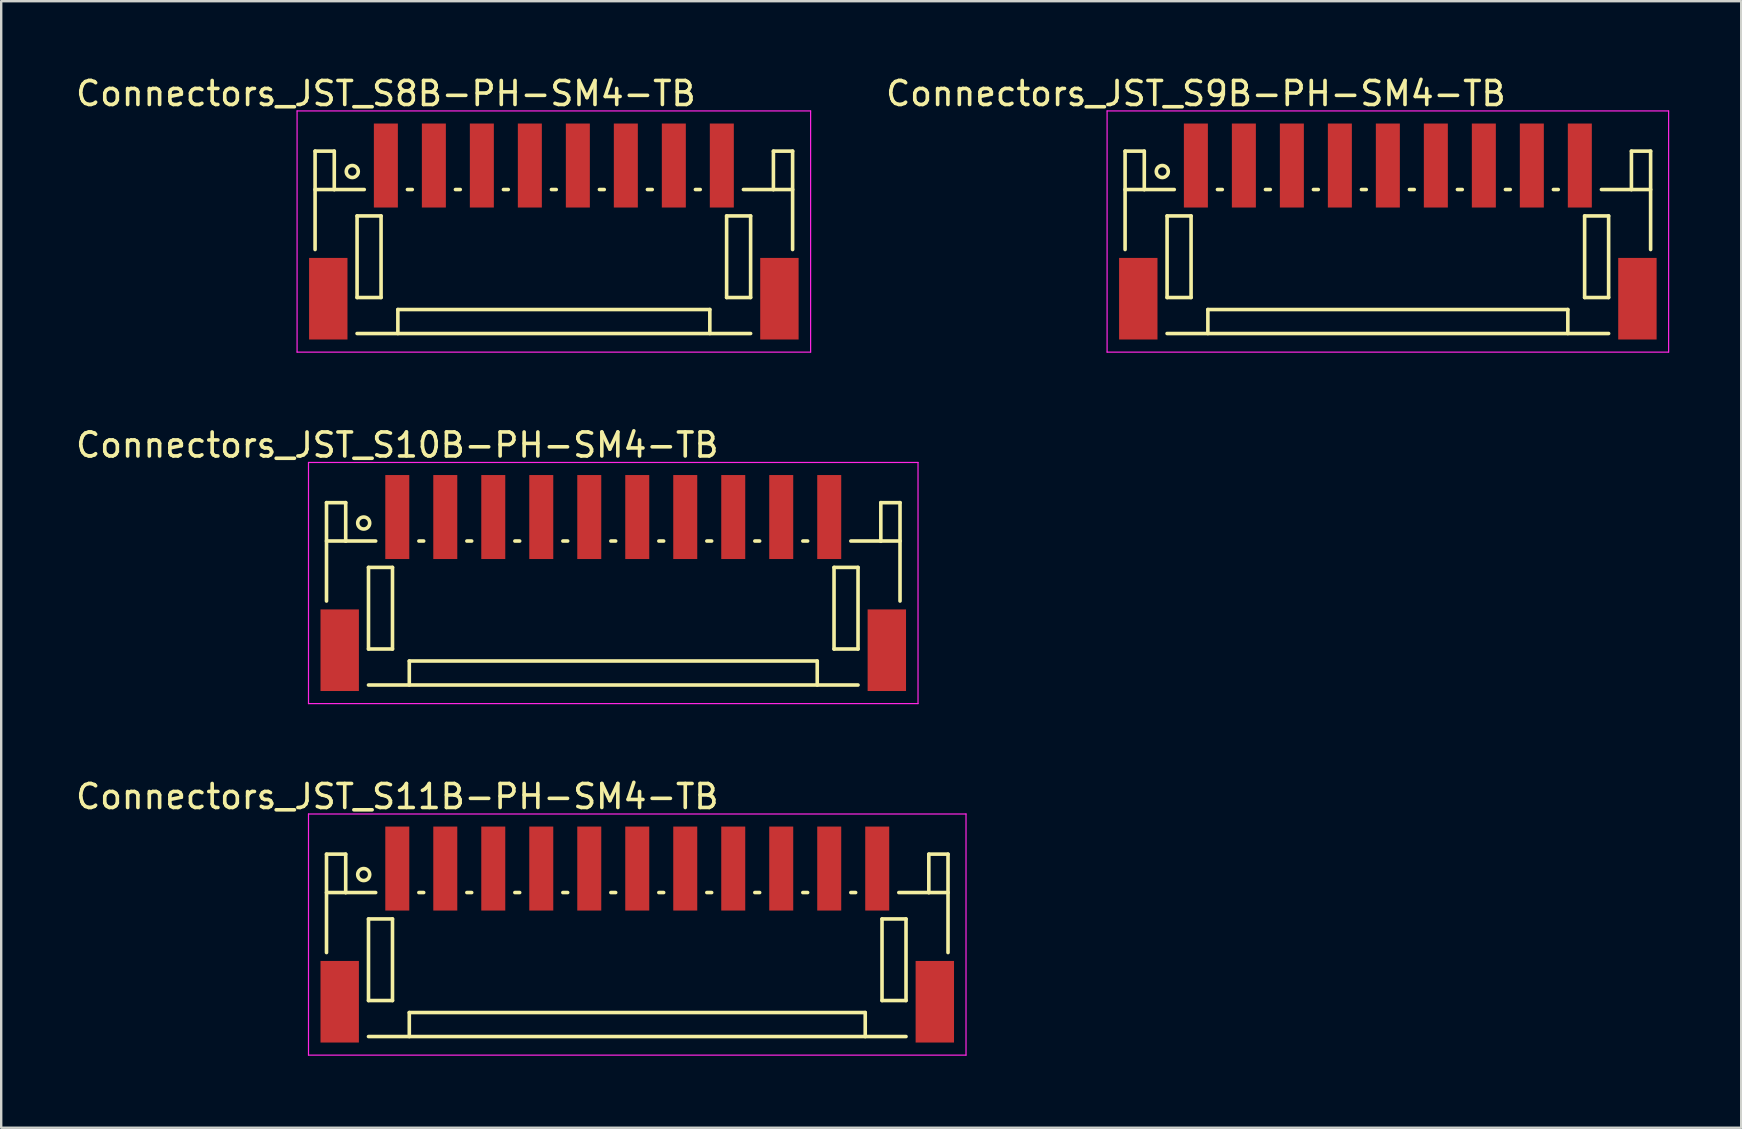
<source format=kicad_pcb>
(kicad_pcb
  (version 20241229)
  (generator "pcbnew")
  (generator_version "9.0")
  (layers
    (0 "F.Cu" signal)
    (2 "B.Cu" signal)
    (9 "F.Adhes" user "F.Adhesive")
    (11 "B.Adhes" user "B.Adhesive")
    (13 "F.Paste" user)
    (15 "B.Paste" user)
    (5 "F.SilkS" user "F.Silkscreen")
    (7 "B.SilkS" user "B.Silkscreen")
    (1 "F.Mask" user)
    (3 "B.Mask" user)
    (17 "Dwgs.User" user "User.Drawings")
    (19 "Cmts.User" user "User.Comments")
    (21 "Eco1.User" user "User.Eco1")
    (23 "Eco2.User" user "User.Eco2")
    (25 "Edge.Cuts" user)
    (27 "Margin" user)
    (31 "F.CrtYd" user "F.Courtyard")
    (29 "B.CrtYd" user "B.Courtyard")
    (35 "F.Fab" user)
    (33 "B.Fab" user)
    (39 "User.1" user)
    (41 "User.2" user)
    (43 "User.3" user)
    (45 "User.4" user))
  (footprint "Connectors_JST_S11B-PH-SM4-TB"
    (layer "F.Cu")
    (at 23.506 35.92)
    (property "Reference" "Connectors_JST_S11B-PH-SM4-TB" (at -10 -5.775 0) (layer "F.SilkS") (effects (font (size 1 1) (thickness 0.15))))
    (attr smd)
    (fp_line (start -12.95 -3.375) (end -12.95 0.725) (stroke (width 0.15) (type solid)) (layer "F.SilkS"))
    (fp_line (start -12.15 -3.375) (end -12.95 -3.375) (stroke (width 0.15) (type solid)) (layer "F.SilkS"))
    (fp_line (start -12.15 -1.775) (end -12.95 -1.775) (stroke (width 0.15) (type solid)) (layer "F.SilkS"))
    (fp_line (start -12.15 -1.775) (end -12.15 -3.375) (stroke (width 0.15) (type solid)) (layer "F.SilkS"))
    (fp_line (start -11.2 -0.675) (end -11.2 2.725) (stroke (width 0.15) (type solid)) (layer "F.SilkS"))
    (fp_line (start -11.2 2.725) (end -10.2 2.725) (stroke (width 0.15) (type solid)) (layer "F.SilkS"))
    (fp_line (start -11.2 4.225) (end 11.2 4.225) (stroke (width 0.15) (type solid)) (layer "F.SilkS"))
    (fp_line (start -10.9 -1.775) (end -12.15 -1.775) (stroke (width 0.15) (type solid)) (layer "F.SilkS"))
    (fp_line (start -10.2 -0.675) (end -11.2 -0.675) (stroke (width 0.15) (type solid)) (layer "F.SilkS"))
    (fp_line (start -10.2 2.725) (end -10.2 -0.675) (stroke (width 0.15) (type solid)) (layer "F.SilkS"))
    (fp_line (start -9.5 3.225) (end 9.5 3.225) (stroke (width 0.15) (type solid)) (layer "F.SilkS"))
    (fp_line (start -9.5 4.225) (end -9.5 3.225) (stroke (width 0.15) (type solid)) (layer "F.SilkS"))
    (fp_line (start -9.1 -1.775) (end -8.9 -1.775) (stroke (width 0.15) (type solid)) (layer "F.SilkS"))
    (fp_line (start -7.1 -1.775) (end -6.9 -1.775) (stroke (width 0.15) (type solid)) (layer "F.SilkS"))
    (fp_line (start -5.1 -1.775) (end -4.9 -1.775) (stroke (width 0.15) (type solid)) (layer "F.SilkS"))
    (fp_line (start -3.1 -1.775) (end -2.9 -1.775) (stroke (width 0.15) (type solid)) (layer "F.SilkS"))
    (fp_line (start -1.1 -1.775) (end -0.9 -1.775) (stroke (width 0.15) (type solid)) (layer "F.SilkS"))
    (fp_line (start 0.9 -1.775) (end 1.1 -1.775) (stroke (width 0.15) (type solid)) (layer "F.SilkS"))
    (fp_line (start 2.9 -1.775) (end 3.1 -1.775) (stroke (width 0.15) (type solid)) (layer "F.SilkS"))
    (fp_line (start 4.9 -1.775) (end 5.1 -1.775) (stroke (width 0.15) (type solid)) (layer "F.SilkS"))
    (fp_line (start 6.9 -1.775) (end 7.1 -1.775) (stroke (width 0.15) (type solid)) (layer "F.SilkS"))
    (fp_line (start 8.9 -1.775) (end 9.1 -1.775) (stroke (width 0.15) (type solid)) (layer "F.SilkS"))
    (fp_line (start 9.5 3.225) (end 9.5 4.225) (stroke (width 0.15) (type solid)) (layer "F.SilkS"))
    (fp_line (start 10.2 -0.675) (end 11.2 -0.675) (stroke (width 0.15) (type solid)) (layer "F.SilkS"))
    (fp_line (start 10.2 2.725) (end 10.2 -0.675) (stroke (width 0.15) (type solid)) (layer "F.SilkS"))
    (fp_line (start 10.9 -1.775) (end 12.15 -1.775) (stroke (width 0.15) (type solid)) (layer "F.SilkS"))
    (fp_line (start 11.2 -0.675) (end 11.2 2.725) (stroke (width 0.15) (type solid)) (layer "F.SilkS"))
    (fp_line (start 11.2 2.725) (end 10.2 2.725) (stroke (width 0.15) (type solid)) (layer "F.SilkS"))
    (fp_line (start 12.15 -3.375) (end 12.95 -3.375) (stroke (width 0.15) (type solid)) (layer "F.SilkS"))
    (fp_line (start 12.15 -1.775) (end 12.15 -3.375) (stroke (width 0.15) (type solid)) (layer "F.SilkS"))
    (fp_line (start 12.15 -1.775) (end 12.95 -1.775) (stroke (width 0.15) (type solid)) (layer "F.SilkS"))
    (fp_line (start 12.95 -3.375) (end 12.95 0.725) (stroke (width 0.15) (type solid)) (layer "F.SilkS"))
    (fp_circle (center -11.4 -2.525) (end -11.15 -2.525) (stroke (width 0.15) (type solid)) (fill no) (layer "F.SilkS"))
    (fp_line (start -13.7 -5.05) (end 13.7 -5.05) (stroke (width 0.05) (type solid)) (layer "F.CrtYd"))
    (fp_line (start -13.7 5) (end -13.7 -5.05) (stroke (width 0.05) (type solid)) (layer "F.CrtYd"))
    (fp_line (start 13.7 -5.05) (end 13.7 5) (stroke (width 0.05) (type solid)) (layer "F.CrtYd"))
    (fp_line (start 13.7 5) (end -13.7 5) (stroke (width 0.05) (type solid)) (layer "F.CrtYd"))
    (pad "" smd rect (at -12.4 2.775) (size 1.6 3.4) (layers "F.Cu" "F.Mask" "F.Paste"))
    (pad "" smd rect (at 12.4 2.775) (size 1.6 3.4) (layers "F.Cu" "F.Mask" "F.Paste"))
    (pad "1" smd rect (at -10 -2.775) (size 1 3.5) (layers "F.Cu" "F.Mask" "F.Paste"))
    (pad "2" smd rect (at -8 -2.775) (size 1 3.5) (layers "F.Cu" "F.Mask" "F.Paste"))
    (pad "3" smd rect (at -6 -2.775) (size 1 3.5) (layers "F.Cu" "F.Mask" "F.Paste"))
    (pad "4" smd rect (at -4 -2.775) (size 1 3.5) (layers "F.Cu" "F.Mask" "F.Paste"))
    (pad "5" smd rect (at -2 -2.775) (size 1 3.5) (layers "F.Cu" "F.Mask" "F.Paste"))
    (pad "6" smd rect (at 0 -2.775) (size 1 3.5) (layers "F.Cu" "F.Mask" "F.Paste"))
    (pad "7" smd rect (at 2 -2.775) (size 1 3.5) (layers "F.Cu" "F.Mask" "F.Paste"))
    (pad "8" smd rect (at 4 -2.775) (size 1 3.5) (layers "F.Cu" "F.Mask" "F.Paste"))
    (pad "9" smd rect (at 6 -2.775) (size 1 3.5) (layers "F.Cu" "F.Mask" "F.Paste"))
    (pad "10" smd rect (at 8 -2.775) (size 1 3.5) (layers "F.Cu" "F.Mask" "F.Paste"))
    (pad "11" smd rect (at 10 -2.775) (size 1 3.5) (layers "F.Cu" "F.Mask" "F.Paste")))
  (footprint "Connectors_JST_S8B-PH-SM4-TB"
    (layer "F.Cu")
    (at 20.03 6.623)
    (property "Reference" "Connectors_JST_S8B-PH-SM4-TB" (at -7 -5.775 0) (layer "F.SilkS") (effects (font (size 1 1) (thickness 0.15))))
    (attr smd)
    (fp_line (start -9.95 -3.375) (end -9.95 0.725) (stroke (width 0.15) (type solid)) (layer "F.SilkS"))
    (fp_line (start -9.15 -3.375) (end -9.95 -3.375) (stroke (width 0.15) (type solid)) (layer "F.SilkS"))
    (fp_line (start -9.15 -1.775) (end -9.95 -1.775) (stroke (width 0.15) (type solid)) (layer "F.SilkS"))
    (fp_line (start -9.15 -1.775) (end -9.15 -3.375) (stroke (width 0.15) (type solid)) (layer "F.SilkS"))
    (fp_line (start -8.2 -0.675) (end -8.2 2.725) (stroke (width 0.15) (type solid)) (layer "F.SilkS"))
    (fp_line (start -8.2 2.725) (end -7.2 2.725) (stroke (width 0.15) (type solid)) (layer "F.SilkS"))
    (fp_line (start -8.2 4.225) (end 8.2 4.225) (stroke (width 0.15) (type solid)) (layer "F.SilkS"))
    (fp_line (start -7.9 -1.775) (end -9.15 -1.775) (stroke (width 0.15) (type solid)) (layer "F.SilkS"))
    (fp_line (start -7.2 -0.675) (end -8.2 -0.675) (stroke (width 0.15) (type solid)) (layer "F.SilkS"))
    (fp_line (start -7.2 2.725) (end -7.2 -0.675) (stroke (width 0.15) (type solid)) (layer "F.SilkS"))
    (fp_line (start -6.5 3.225) (end 6.5 3.225) (stroke (width 0.15) (type solid)) (layer "F.SilkS"))
    (fp_line (start -6.5 4.225) (end -6.5 3.225) (stroke (width 0.15) (type solid)) (layer "F.SilkS"))
    (fp_line (start -6.1 -1.775) (end -5.9 -1.775) (stroke (width 0.15) (type solid)) (layer "F.SilkS"))
    (fp_line (start -4.1 -1.775) (end -3.9 -1.775) (stroke (width 0.15) (type solid)) (layer "F.SilkS"))
    (fp_line (start -2.1 -1.775) (end -1.9 -1.775) (stroke (width 0.15) (type solid)) (layer "F.SilkS"))
    (fp_line (start -0.1 -1.775) (end 0.1 -1.775) (stroke (width 0.15) (type solid)) (layer "F.SilkS"))
    (fp_line (start 1.9 -1.775) (end 2.1 -1.775) (stroke (width 0.15) (type solid)) (layer "F.SilkS"))
    (fp_line (start 3.9 -1.775) (end 4.1 -1.775) (stroke (width 0.15) (type solid)) (layer "F.SilkS"))
    (fp_line (start 5.9 -1.775) (end 6.1 -1.775) (stroke (width 0.15) (type solid)) (layer "F.SilkS"))
    (fp_line (start 6.5 3.225) (end 6.5 4.225) (stroke (width 0.15) (type solid)) (layer "F.SilkS"))
    (fp_line (start 7.2 -0.675) (end 8.2 -0.675) (stroke (width 0.15) (type solid)) (layer "F.SilkS"))
    (fp_line (start 7.2 2.725) (end 7.2 -0.675) (stroke (width 0.15) (type solid)) (layer "F.SilkS"))
    (fp_line (start 7.9 -1.775) (end 9.15 -1.775) (stroke (width 0.15) (type solid)) (layer "F.SilkS"))
    (fp_line (start 8.2 -0.675) (end 8.2 2.725) (stroke (width 0.15) (type solid)) (layer "F.SilkS"))
    (fp_line (start 8.2 2.725) (end 7.2 2.725) (stroke (width 0.15) (type solid)) (layer "F.SilkS"))
    (fp_line (start 9.15 -3.375) (end 9.95 -3.375) (stroke (width 0.15) (type solid)) (layer "F.SilkS"))
    (fp_line (start 9.15 -1.775) (end 9.15 -3.375) (stroke (width 0.15) (type solid)) (layer "F.SilkS"))
    (fp_line (start 9.15 -1.775) (end 9.95 -1.775) (stroke (width 0.15) (type solid)) (layer "F.SilkS"))
    (fp_line (start 9.95 -3.375) (end 9.95 0.725) (stroke (width 0.15) (type solid)) (layer "F.SilkS"))
    (fp_circle (center -8.4 -2.525) (end -8.15 -2.525) (stroke (width 0.15) (type solid)) (fill no) (layer "F.SilkS"))
    (fp_line (start -10.7 -5.05) (end 10.7 -5.05) (stroke (width 0.05) (type solid)) (layer "F.CrtYd"))
    (fp_line (start -10.7 5) (end -10.7 -5.05) (stroke (width 0.05) (type solid)) (layer "F.CrtYd"))
    (fp_line (start 10.7 -5.05) (end 10.7 5) (stroke (width 0.05) (type solid)) (layer "F.CrtYd"))
    (fp_line (start 10.7 5) (end -10.7 5) (stroke (width 0.05) (type solid)) (layer "F.CrtYd"))
    (pad "" smd rect (at -9.4 2.775) (size 1.6 3.4) (layers "F.Cu" "F.Mask" "F.Paste"))
    (pad "" smd rect (at 9.4 2.775) (size 1.6 3.4) (layers "F.Cu" "F.Mask" "F.Paste"))
    (pad "1" smd rect (at -7 -2.775) (size 1 3.5) (layers "F.Cu" "F.Mask" "F.Paste"))
    (pad "2" smd rect (at -5 -2.775) (size 1 3.5) (layers "F.Cu" "F.Mask" "F.Paste"))
    (pad "3" smd rect (at -3 -2.775) (size 1 3.5) (layers "F.Cu" "F.Mask" "F.Paste"))
    (pad "4" smd rect (at -1 -2.775) (size 1 3.5) (layers "F.Cu" "F.Mask" "F.Paste"))
    (pad "5" smd rect (at 1 -2.775) (size 1 3.5) (layers "F.Cu" "F.Mask" "F.Paste"))
    (pad "6" smd rect (at 3 -2.775) (size 1 3.5) (layers "F.Cu" "F.Mask" "F.Paste"))
    (pad "7" smd rect (at 5 -2.775) (size 1 3.5) (layers "F.Cu" "F.Mask" "F.Paste"))
    (pad "8" smd rect (at 7 -2.775) (size 1 3.5) (layers "F.Cu" "F.Mask" "F.Paste")))
  (footprint "Connectors_JST_S9B-PH-SM4-TB"
    (layer "F.Cu")
    (at 54.785 6.623)
    (property "Reference" "Connectors_JST_S9B-PH-SM4-TB" (at -8 -5.775 0) (layer "F.SilkS") (effects (font (size 1 1) (thickness 0.15))))
    (attr smd)
    (fp_line (start -10.95 -3.375) (end -10.95 0.725) (stroke (width 0.15) (type solid)) (layer "F.SilkS"))
    (fp_line (start -10.15 -3.375) (end -10.95 -3.375) (stroke (width 0.15) (type solid)) (layer "F.SilkS"))
    (fp_line (start -10.15 -1.775) (end -10.95 -1.775) (stroke (width 0.15) (type solid)) (layer "F.SilkS"))
    (fp_line (start -10.15 -1.775) (end -10.15 -3.375) (stroke (width 0.15) (type solid)) (layer "F.SilkS"))
    (fp_line (start -9.2 -0.675) (end -9.2 2.725) (stroke (width 0.15) (type solid)) (layer "F.SilkS"))
    (fp_line (start -9.2 2.725) (end -8.2 2.725) (stroke (width 0.15) (type solid)) (layer "F.SilkS"))
    (fp_line (start -9.2 4.225) (end 9.2 4.225) (stroke (width 0.15) (type solid)) (layer "F.SilkS"))
    (fp_line (start -8.9 -1.775) (end -10.15 -1.775) (stroke (width 0.15) (type solid)) (layer "F.SilkS"))
    (fp_line (start -8.2 -0.675) (end -9.2 -0.675) (stroke (width 0.15) (type solid)) (layer "F.SilkS"))
    (fp_line (start -8.2 2.725) (end -8.2 -0.675) (stroke (width 0.15) (type solid)) (layer "F.SilkS"))
    (fp_line (start -7.5 3.225) (end 7.5 3.225) (stroke (width 0.15) (type solid)) (layer "F.SilkS"))
    (fp_line (start -7.5 4.225) (end -7.5 3.225) (stroke (width 0.15) (type solid)) (layer "F.SilkS"))
    (fp_line (start -7.1 -1.775) (end -6.9 -1.775) (stroke (width 0.15) (type solid)) (layer "F.SilkS"))
    (fp_line (start -5.1 -1.775) (end -4.9 -1.775) (stroke (width 0.15) (type solid)) (layer "F.SilkS"))
    (fp_line (start -3.1 -1.775) (end -2.9 -1.775) (stroke (width 0.15) (type solid)) (layer "F.SilkS"))
    (fp_line (start -1.1 -1.775) (end -0.9 -1.775) (stroke (width 0.15) (type solid)) (layer "F.SilkS"))
    (fp_line (start 0.9 -1.775) (end 1.1 -1.775) (stroke (width 0.15) (type solid)) (layer "F.SilkS"))
    (fp_line (start 2.9 -1.775) (end 3.1 -1.775) (stroke (width 0.15) (type solid)) (layer "F.SilkS"))
    (fp_line (start 4.9 -1.775) (end 5.1 -1.775) (stroke (width 0.15) (type solid)) (layer "F.SilkS"))
    (fp_line (start 6.9 -1.775) (end 7.1 -1.775) (stroke (width 0.15) (type solid)) (layer "F.SilkS"))
    (fp_line (start 7.5 3.225) (end 7.5 4.225) (stroke (width 0.15) (type solid)) (layer "F.SilkS"))
    (fp_line (start 8.2 -0.675) (end 9.2 -0.675) (stroke (width 0.15) (type solid)) (layer "F.SilkS"))
    (fp_line (start 8.2 2.725) (end 8.2 -0.675) (stroke (width 0.15) (type solid)) (layer "F.SilkS"))
    (fp_line (start 8.9 -1.775) (end 10.15 -1.775) (stroke (width 0.15) (type solid)) (layer "F.SilkS"))
    (fp_line (start 9.2 -0.675) (end 9.2 2.725) (stroke (width 0.15) (type solid)) (layer "F.SilkS"))
    (fp_line (start 9.2 2.725) (end 8.2 2.725) (stroke (width 0.15) (type solid)) (layer "F.SilkS"))
    (fp_line (start 10.15 -3.375) (end 10.95 -3.375) (stroke (width 0.15) (type solid)) (layer "F.SilkS"))
    (fp_line (start 10.15 -1.775) (end 10.15 -3.375) (stroke (width 0.15) (type solid)) (layer "F.SilkS"))
    (fp_line (start 10.15 -1.775) (end 10.95 -1.775) (stroke (width 0.15) (type solid)) (layer "F.SilkS"))
    (fp_line (start 10.95 -3.375) (end 10.95 0.725) (stroke (width 0.15) (type solid)) (layer "F.SilkS"))
    (fp_circle (center -9.4 -2.525) (end -9.15 -2.525) (stroke (width 0.15) (type solid)) (fill no) (layer "F.SilkS"))
    (fp_line (start -11.7 -5.05) (end 11.7 -5.05) (stroke (width 0.05) (type solid)) (layer "F.CrtYd"))
    (fp_line (start -11.7 5) (end -11.7 -5.05) (stroke (width 0.05) (type solid)) (layer "F.CrtYd"))
    (fp_line (start 11.7 -5.05) (end 11.7 5) (stroke (width 0.05) (type solid)) (layer "F.CrtYd"))
    (fp_line (start 11.7 5) (end -11.7 5) (stroke (width 0.05) (type solid)) (layer "F.CrtYd"))
    (pad "" smd rect (at -10.4 2.775) (size 1.6 3.4) (layers "F.Cu" "F.Mask" "F.Paste"))
    (pad "" smd rect (at 10.4 2.775) (size 1.6 3.4) (layers "F.Cu" "F.Mask" "F.Paste"))
    (pad "1" smd rect (at -8 -2.775) (size 1 3.5) (layers "F.Cu" "F.Mask" "F.Paste"))
    (pad "2" smd rect (at -6 -2.775) (size 1 3.5) (layers "F.Cu" "F.Mask" "F.Paste"))
    (pad "3" smd rect (at -4 -2.775) (size 1 3.5) (layers "F.Cu" "F.Mask" "F.Paste"))
    (pad "4" smd rect (at -2 -2.775) (size 1 3.5) (layers "F.Cu" "F.Mask" "F.Paste"))
    (pad "5" smd rect (at 0 -2.775) (size 1 3.5) (layers "F.Cu" "F.Mask" "F.Paste"))
    (pad "6" smd rect (at 2 -2.775) (size 1 3.5) (layers "F.Cu" "F.Mask" "F.Paste"))
    (pad "7" smd rect (at 4 -2.775) (size 1 3.5) (layers "F.Cu" "F.Mask" "F.Paste"))
    (pad "8" smd rect (at 6 -2.775) (size 1 3.5) (layers "F.Cu" "F.Mask" "F.Paste"))
    (pad "9" smd rect (at 8 -2.775) (size 1 3.5) (layers "F.Cu" "F.Mask" "F.Paste")))
  (footprint "Connectors_JST_S10B-PH-SM4-TB"
    (layer "F.Cu")
    (at 22.506 21.271)
    (property "Reference" "Connectors_JST_S10B-PH-SM4-TB" (at -9 -5.775 0) (layer "F.SilkS") (effects (font (size 1 1) (thickness 0.15))))
    (attr smd)
    (fp_line (start -11.95 -3.375) (end -11.95 0.725) (stroke (width 0.15) (type solid)) (layer "F.SilkS"))
    (fp_line (start -11.15 -3.375) (end -11.95 -3.375) (stroke (width 0.15) (type solid)) (layer "F.SilkS"))
    (fp_line (start -11.15 -1.775) (end -11.95 -1.775) (stroke (width 0.15) (type solid)) (layer "F.SilkS"))
    (fp_line (start -11.15 -1.775) (end -11.15 -3.375) (stroke (width 0.15) (type solid)) (layer "F.SilkS"))
    (fp_line (start -10.2 -0.675) (end -10.2 2.725) (stroke (width 0.15) (type solid)) (layer "F.SilkS"))
    (fp_line (start -10.2 2.725) (end -9.2 2.725) (stroke (width 0.15) (type solid)) (layer "F.SilkS"))
    (fp_line (start -10.2 4.225) (end 10.2 4.225) (stroke (width 0.15) (type solid)) (layer "F.SilkS"))
    (fp_line (start -9.9 -1.775) (end -11.15 -1.775) (stroke (width 0.15) (type solid)) (layer "F.SilkS"))
    (fp_line (start -9.2 -0.675) (end -10.2 -0.675) (stroke (width 0.15) (type solid)) (layer "F.SilkS"))
    (fp_line (start -9.2 2.725) (end -9.2 -0.675) (stroke (width 0.15) (type solid)) (layer "F.SilkS"))
    (fp_line (start -8.5 3.225) (end 8.5 3.225) (stroke (width 0.15) (type solid)) (layer "F.SilkS"))
    (fp_line (start -8.5 4.225) (end -8.5 3.225) (stroke (width 0.15) (type solid)) (layer "F.SilkS"))
    (fp_line (start -8.1 -1.775) (end -7.9 -1.775) (stroke (width 0.15) (type solid)) (layer "F.SilkS"))
    (fp_line (start -6.1 -1.775) (end -5.9 -1.775) (stroke (width 0.15) (type solid)) (layer "F.SilkS"))
    (fp_line (start -4.1 -1.775) (end -3.9 -1.775) (stroke (width 0.15) (type solid)) (layer "F.SilkS"))
    (fp_line (start -2.1 -1.775) (end -1.9 -1.775) (stroke (width 0.15) (type solid)) (layer "F.SilkS"))
    (fp_line (start -0.1 -1.775) (end 0.1 -1.775) (stroke (width 0.15) (type solid)) (layer "F.SilkS"))
    (fp_line (start 1.9 -1.775) (end 2.1 -1.775) (stroke (width 0.15) (type solid)) (layer "F.SilkS"))
    (fp_line (start 3.9 -1.775) (end 4.1 -1.775) (stroke (width 0.15) (type solid)) (layer "F.SilkS"))
    (fp_line (start 5.9 -1.775) (end 6.1 -1.775) (stroke (width 0.15) (type solid)) (layer "F.SilkS"))
    (fp_line (start 7.9 -1.775) (end 8.1 -1.775) (stroke (width 0.15) (type solid)) (layer "F.SilkS"))
    (fp_line (start 8.5 3.225) (end 8.5 4.225) (stroke (width 0.15) (type solid)) (layer "F.SilkS"))
    (fp_line (start 9.2 -0.675) (end 10.2 -0.675) (stroke (width 0.15) (type solid)) (layer "F.SilkS"))
    (fp_line (start 9.2 2.725) (end 9.2 -0.675) (stroke (width 0.15) (type solid)) (layer "F.SilkS"))
    (fp_line (start 9.9 -1.775) (end 11.15 -1.775) (stroke (width 0.15) (type solid)) (layer "F.SilkS"))
    (fp_line (start 10.2 -0.675) (end 10.2 2.725) (stroke (width 0.15) (type solid)) (layer "F.SilkS"))
    (fp_line (start 10.2 2.725) (end 9.2 2.725) (stroke (width 0.15) (type solid)) (layer "F.SilkS"))
    (fp_line (start 11.15 -3.375) (end 11.95 -3.375) (stroke (width 0.15) (type solid)) (layer "F.SilkS"))
    (fp_line (start 11.15 -1.775) (end 11.15 -3.375) (stroke (width 0.15) (type solid)) (layer "F.SilkS"))
    (fp_line (start 11.15 -1.775) (end 11.95 -1.775) (stroke (width 0.15) (type solid)) (layer "F.SilkS"))
    (fp_line (start 11.95 -3.375) (end 11.95 0.725) (stroke (width 0.15) (type solid)) (layer "F.SilkS"))
    (fp_circle (center -10.4 -2.525) (end -10.15 -2.525) (stroke (width 0.15) (type solid)) (fill no) (layer "F.SilkS"))
    (fp_line (start -12.7 -5.05) (end 12.7 -5.05) (stroke (width 0.05) (type solid)) (layer "F.CrtYd"))
    (fp_line (start -12.7 5) (end -12.7 -5.05) (stroke (width 0.05) (type solid)) (layer "F.CrtYd"))
    (fp_line (start 12.7 -5.05) (end 12.7 5) (stroke (width 0.05) (type solid)) (layer "F.CrtYd"))
    (fp_line (start 12.7 5) (end -12.7 5) (stroke (width 0.05) (type solid)) (layer "F.CrtYd"))
    (pad "" smd rect (at -11.4 2.775) (size 1.6 3.4) (layers "F.Cu" "F.Mask" "F.Paste"))
    (pad "" smd rect (at 11.4 2.775) (size 1.6 3.4) (layers "F.Cu" "F.Mask" "F.Paste"))
    (pad "1" smd rect (at -9 -2.775) (size 1 3.5) (layers "F.Cu" "F.Mask" "F.Paste"))
    (pad "2" smd rect (at -7 -2.775) (size 1 3.5) (layers "F.Cu" "F.Mask" "F.Paste"))
    (pad "3" smd rect (at -5 -2.775) (size 1 3.5) (layers "F.Cu" "F.Mask" "F.Paste"))
    (pad "4" smd rect (at -3 -2.775) (size 1 3.5) (layers "F.Cu" "F.Mask" "F.Paste"))
    (pad "5" smd rect (at -1 -2.775) (size 1 3.5) (layers "F.Cu" "F.Mask" "F.Paste"))
    (pad "6" smd rect (at 1 -2.775) (size 1 3.5) (layers "F.Cu" "F.Mask" "F.Paste"))
    (pad "7" smd rect (at 3 -2.775) (size 1 3.5) (layers "F.Cu" "F.Mask" "F.Paste"))
    (pad "8" smd rect (at 5 -2.775) (size 1 3.5) (layers "F.Cu" "F.Mask" "F.Paste"))
    (pad "9" smd rect (at 7 -2.775) (size 1 3.5) (layers "F.Cu" "F.Mask" "F.Paste"))
    (pad "10" smd rect (at 9 -2.775) (size 1 3.5) (layers "F.Cu" "F.Mask" "F.Paste")))
  (gr_rect
    (start -3 -3)
    (end 69.51 43.945)
    (stroke (width 0.1) (type default))
    (fill no)
    (layer "Edge.Cuts")))
</source>
